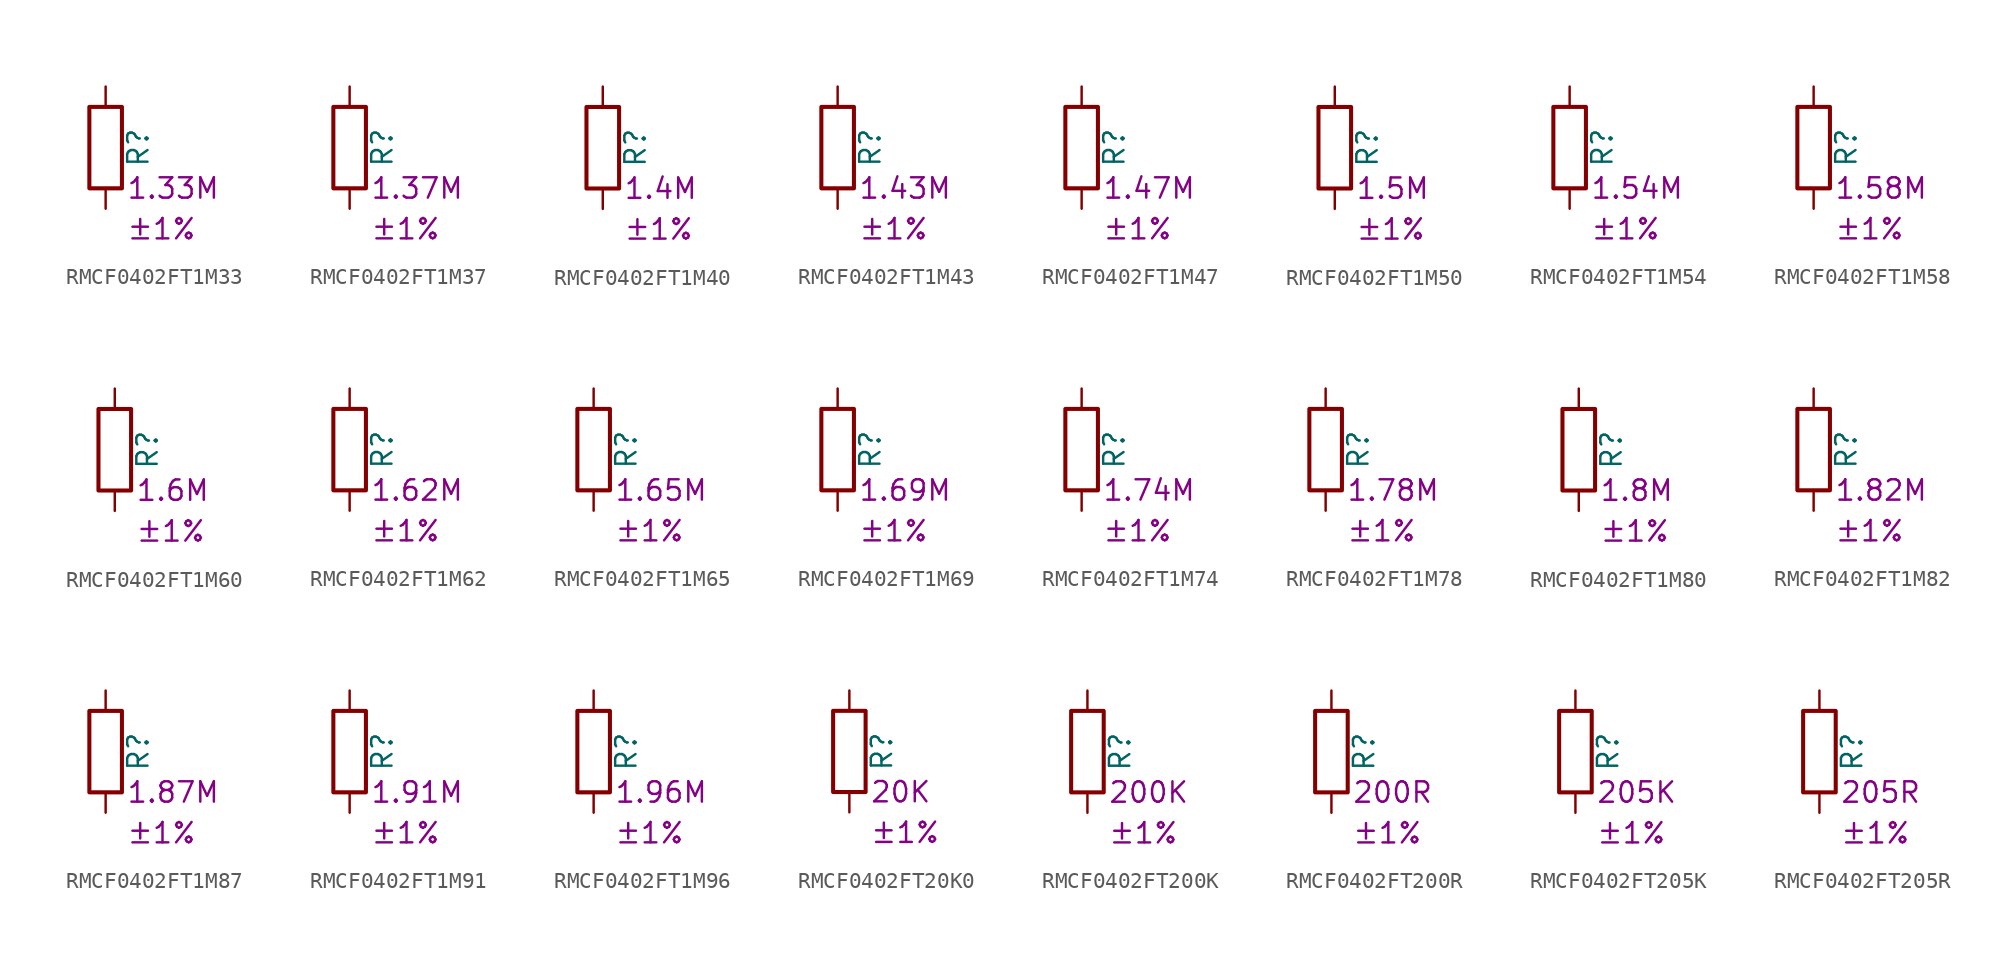
<source format=kicad_sym>
(kicad_symbol_lib
  (version 20220914)
  (generator kicad_symbol_editor)
  (symbol "RMCF0402FT1M33"
    (pin_numbers hide)
    (pin_names
      (offset 0))
    (property "Reference" "R"
      (at 2.032 0 90)
      (effects (font (size 1.27 1.27))))
    (property "Resistance" "1.33M"
      (at 1.27 -2.54 0)
      (effects (font (size 1.27 1.27)) (justify left)))
    (property "Tolerance" "±1%"
      (at 1.27 -5.08 0)
      (effects (font (size 1.27 1.27)) (justify left)))
    (symbol "RMCF0402FT1M33_0_1"
      (rectangle (start -1.016 -2.54) (end 1.016 2.54) (stroke (width 0.254) (type default)) (fill (type none))))
    (symbol "RMCF0402FT1M33_1_1"
      (pin passive line (at 0 3.81 270) (length 1.27) (name "~" (effects (font (size 1.27 1.27)))) (number "1" (effects (font (size 1.27 1.27)))))
      (pin passive line (at 0 -3.81 90) (length 1.27) (name "~" (effects (font (size 1.27 1.27)))) (number "2" (effects (font (size 1.27 1.27)))))))
  (symbol "RMCF0402FT1M37"
    (pin_numbers hide)
    (pin_names
      (offset 0))
    (property "Reference" "R"
      (at 2.032 0 90)
      (effects (font (size 1.27 1.27))))
    (property "Resistance" "1.37M"
      (at 1.27 -2.54 0)
      (effects (font (size 1.27 1.27)) (justify left)))
    (property "Tolerance" "±1%"
      (at 1.27 -5.08 0)
      (effects (font (size 1.27 1.27)) (justify left)))
    (symbol "RMCF0402FT1M37_0_1"
      (rectangle (start -1.016 -2.54) (end 1.016 2.54) (stroke (width 0.254) (type default)) (fill (type none))))
    (symbol "RMCF0402FT1M37_1_1"
      (pin passive line (at 0 3.81 270) (length 1.27) (name "~" (effects (font (size 1.27 1.27)))) (number "1" (effects (font (size 1.27 1.27)))))
      (pin passive line (at 0 -3.81 90) (length 1.27) (name "~" (effects (font (size 1.27 1.27)))) (number "2" (effects (font (size 1.27 1.27)))))))
  (symbol "RMCF0402FT1M40"
    (pin_numbers hide)
    (pin_names
      (offset 0))
    (property "Reference" "R"
      (at 2.032 0 90)
      (effects (font (size 1.27 1.27))))
    (property "Resistance" "1.4M"
      (at 1.27 -2.54 0)
      (effects (font (size 1.27 1.27)) (justify left)))
    (property "Tolerance" "±1%"
      (at 1.27 -5.08 0)
      (effects (font (size 1.27 1.27)) (justify left)))
    (symbol "RMCF0402FT1M40_0_1"
      (rectangle (start -1.016 -2.54) (end 1.016 2.54) (stroke (width 0.254) (type default)) (fill (type none))))
    (symbol "RMCF0402FT1M40_1_1"
      (pin passive line (at 0 3.81 270) (length 1.27) (name "~" (effects (font (size 1.27 1.27)))) (number "1" (effects (font (size 1.27 1.27)))))
      (pin passive line (at 0 -3.81 90) (length 1.27) (name "~" (effects (font (size 1.27 1.27)))) (number "2" (effects (font (size 1.27 1.27)))))))
  (symbol "RMCF0402FT1M43"
    (pin_numbers hide)
    (pin_names
      (offset 0))
    (property "Reference" "R"
      (at 2.032 0 90)
      (effects (font (size 1.27 1.27))))
    (property "Resistance" "1.43M"
      (at 1.27 -2.54 0)
      (effects (font (size 1.27 1.27)) (justify left)))
    (property "Tolerance" "±1%"
      (at 1.27 -5.08 0)
      (effects (font (size 1.27 1.27)) (justify left)))
    (symbol "RMCF0402FT1M43_0_1"
      (rectangle (start -1.016 -2.54) (end 1.016 2.54) (stroke (width 0.254) (type default)) (fill (type none))))
    (symbol "RMCF0402FT1M43_1_1"
      (pin passive line (at 0 3.81 270) (length 1.27) (name "~" (effects (font (size 1.27 1.27)))) (number "1" (effects (font (size 1.27 1.27)))))
      (pin passive line (at 0 -3.81 90) (length 1.27) (name "~" (effects (font (size 1.27 1.27)))) (number "2" (effects (font (size 1.27 1.27)))))))
  (symbol "RMCF0402FT1M47"
    (pin_numbers hide)
    (pin_names
      (offset 0))
    (property "Reference" "R"
      (at 2.032 0 90)
      (effects (font (size 1.27 1.27))))
    (property "Resistance" "1.47M"
      (at 1.27 -2.54 0)
      (effects (font (size 1.27 1.27)) (justify left)))
    (property "Tolerance" "±1%"
      (at 1.27 -5.08 0)
      (effects (font (size 1.27 1.27)) (justify left)))
    (symbol "RMCF0402FT1M47_0_1"
      (rectangle (start -1.016 -2.54) (end 1.016 2.54) (stroke (width 0.254) (type default)) (fill (type none))))
    (symbol "RMCF0402FT1M47_1_1"
      (pin passive line (at 0 3.81 270) (length 1.27) (name "~" (effects (font (size 1.27 1.27)))) (number "1" (effects (font (size 1.27 1.27)))))
      (pin passive line (at 0 -3.81 90) (length 1.27) (name "~" (effects (font (size 1.27 1.27)))) (number "2" (effects (font (size 1.27 1.27)))))))
  (symbol "RMCF0402FT1M50"
    (pin_numbers hide)
    (pin_names
      (offset 0))
    (property "Reference" "R"
      (at 2.032 0 90)
      (effects (font (size 1.27 1.27))))
    (property "Resistance" "1.5M"
      (at 1.27 -2.54 0)
      (effects (font (size 1.27 1.27)) (justify left)))
    (property "Tolerance" "±1%"
      (at 1.27 -5.08 0)
      (effects (font (size 1.27 1.27)) (justify left)))
    (symbol "RMCF0402FT1M50_0_1"
      (rectangle (start -1.016 -2.54) (end 1.016 2.54) (stroke (width 0.254) (type default)) (fill (type none))))
    (symbol "RMCF0402FT1M50_1_1"
      (pin passive line (at 0 3.81 270) (length 1.27) (name "~" (effects (font (size 1.27 1.27)))) (number "1" (effects (font (size 1.27 1.27)))))
      (pin passive line (at 0 -3.81 90) (length 1.27) (name "~" (effects (font (size 1.27 1.27)))) (number "2" (effects (font (size 1.27 1.27)))))))
  (symbol "RMCF0402FT1M54"
    (pin_numbers hide)
    (pin_names
      (offset 0))
    (property "Reference" "R"
      (at 2.032 0 90)
      (effects (font (size 1.27 1.27))))
    (property "Resistance" "1.54M"
      (at 1.27 -2.54 0)
      (effects (font (size 1.27 1.27)) (justify left)))
    (property "Tolerance" "±1%"
      (at 1.27 -5.08 0)
      (effects (font (size 1.27 1.27)) (justify left)))
    (symbol "RMCF0402FT1M54_0_1"
      (rectangle (start -1.016 -2.54) (end 1.016 2.54) (stroke (width 0.254) (type default)) (fill (type none))))
    (symbol "RMCF0402FT1M54_1_1"
      (pin passive line (at 0 3.81 270) (length 1.27) (name "~" (effects (font (size 1.27 1.27)))) (number "1" (effects (font (size 1.27 1.27)))))
      (pin passive line (at 0 -3.81 90) (length 1.27) (name "~" (effects (font (size 1.27 1.27)))) (number "2" (effects (font (size 1.27 1.27)))))))
  (symbol "RMCF0402FT1M58"
    (pin_numbers hide)
    (pin_names
      (offset 0))
    (property "Reference" "R"
      (at 2.032 0 90)
      (effects (font (size 1.27 1.27))))
    (property "Resistance" "1.58M"
      (at 1.27 -2.54 0)
      (effects (font (size 1.27 1.27)) (justify left)))
    (property "Tolerance" "±1%"
      (at 1.27 -5.08 0)
      (effects (font (size 1.27 1.27)) (justify left)))
    (symbol "RMCF0402FT1M58_0_1"
      (rectangle (start -1.016 -2.54) (end 1.016 2.54) (stroke (width 0.254) (type default)) (fill (type none))))
    (symbol "RMCF0402FT1M58_1_1"
      (pin passive line (at 0 3.81 270) (length 1.27) (name "~" (effects (font (size 1.27 1.27)))) (number "1" (effects (font (size 1.27 1.27)))))
      (pin passive line (at 0 -3.81 90) (length 1.27) (name "~" (effects (font (size 1.27 1.27)))) (number "2" (effects (font (size 1.27 1.27)))))))
  (symbol "RMCF0402FT1M60"
    (pin_numbers hide)
    (pin_names
      (offset 0))
    (property "Reference" "R"
      (at 2.032 0 90)
      (effects (font (size 1.27 1.27))))
    (property "Resistance" "1.6M"
      (at 1.27 -2.54 0)
      (effects (font (size 1.27 1.27)) (justify left)))
    (property "Tolerance" "±1%"
      (at 1.27 -5.08 0)
      (effects (font (size 1.27 1.27)) (justify left)))
    (symbol "RMCF0402FT1M60_0_1"
      (rectangle (start -1.016 -2.54) (end 1.016 2.54) (stroke (width 0.254) (type default)) (fill (type none))))
    (symbol "RMCF0402FT1M60_1_1"
      (pin passive line (at 0 3.81 270) (length 1.27) (name "~" (effects (font (size 1.27 1.27)))) (number "1" (effects (font (size 1.27 1.27)))))
      (pin passive line (at 0 -3.81 90) (length 1.27) (name "~" (effects (font (size 1.27 1.27)))) (number "2" (effects (font (size 1.27 1.27)))))))
  (symbol "RMCF0402FT1M62"
    (pin_numbers hide)
    (pin_names
      (offset 0))
    (property "Reference" "R"
      (at 2.032 0 90)
      (effects (font (size 1.27 1.27))))
    (property "Resistance" "1.62M"
      (at 1.27 -2.54 0)
      (effects (font (size 1.27 1.27)) (justify left)))
    (property "Tolerance" "±1%"
      (at 1.27 -5.08 0)
      (effects (font (size 1.27 1.27)) (justify left)))
    (symbol "RMCF0402FT1M62_0_1"
      (rectangle (start -1.016 -2.54) (end 1.016 2.54) (stroke (width 0.254) (type default)) (fill (type none))))
    (symbol "RMCF0402FT1M62_1_1"
      (pin passive line (at 0 3.81 270) (length 1.27) (name "~" (effects (font (size 1.27 1.27)))) (number "1" (effects (font (size 1.27 1.27)))))
      (pin passive line (at 0 -3.81 90) (length 1.27) (name "~" (effects (font (size 1.27 1.27)))) (number "2" (effects (font (size 1.27 1.27)))))))
  (symbol "RMCF0402FT1M65"
    (pin_numbers hide)
    (pin_names
      (offset 0))
    (property "Reference" "R"
      (at 2.032 0 90)
      (effects (font (size 1.27 1.27))))
    (property "Resistance" "1.65M"
      (at 1.27 -2.54 0)
      (effects (font (size 1.27 1.27)) (justify left)))
    (property "Tolerance" "±1%"
      (at 1.27 -5.08 0)
      (effects (font (size 1.27 1.27)) (justify left)))
    (symbol "RMCF0402FT1M65_0_1"
      (rectangle (start -1.016 -2.54) (end 1.016 2.54) (stroke (width 0.254) (type default)) (fill (type none))))
    (symbol "RMCF0402FT1M65_1_1"
      (pin passive line (at 0 3.81 270) (length 1.27) (name "~" (effects (font (size 1.27 1.27)))) (number "1" (effects (font (size 1.27 1.27)))))
      (pin passive line (at 0 -3.81 90) (length 1.27) (name "~" (effects (font (size 1.27 1.27)))) (number "2" (effects (font (size 1.27 1.27)))))))
  (symbol "RMCF0402FT1M69"
    (pin_numbers hide)
    (pin_names
      (offset 0))
    (property "Reference" "R"
      (at 2.032 0 90)
      (effects (font (size 1.27 1.27))))
    (property "Resistance" "1.69M"
      (at 1.27 -2.54 0)
      (effects (font (size 1.27 1.27)) (justify left)))
    (property "Tolerance" "±1%"
      (at 1.27 -5.08 0)
      (effects (font (size 1.27 1.27)) (justify left)))
    (symbol "RMCF0402FT1M69_0_1"
      (rectangle (start -1.016 -2.54) (end 1.016 2.54) (stroke (width 0.254) (type default)) (fill (type none))))
    (symbol "RMCF0402FT1M69_1_1"
      (pin passive line (at 0 3.81 270) (length 1.27) (name "~" (effects (font (size 1.27 1.27)))) (number "1" (effects (font (size 1.27 1.27)))))
      (pin passive line (at 0 -3.81 90) (length 1.27) (name "~" (effects (font (size 1.27 1.27)))) (number "2" (effects (font (size 1.27 1.27)))))))
  (symbol "RMCF0402FT1M74"
    (pin_numbers hide)
    (pin_names
      (offset 0))
    (property "Reference" "R"
      (at 2.032 0 90)
      (effects (font (size 1.27 1.27))))
    (property "Resistance" "1.74M"
      (at 1.27 -2.54 0)
      (effects (font (size 1.27 1.27)) (justify left)))
    (property "Tolerance" "±1%"
      (at 1.27 -5.08 0)
      (effects (font (size 1.27 1.27)) (justify left)))
    (symbol "RMCF0402FT1M74_0_1"
      (rectangle (start -1.016 -2.54) (end 1.016 2.54) (stroke (width 0.254) (type default)) (fill (type none))))
    (symbol "RMCF0402FT1M74_1_1"
      (pin passive line (at 0 3.81 270) (length 1.27) (name "~" (effects (font (size 1.27 1.27)))) (number "1" (effects (font (size 1.27 1.27)))))
      (pin passive line (at 0 -3.81 90) (length 1.27) (name "~" (effects (font (size 1.27 1.27)))) (number "2" (effects (font (size 1.27 1.27)))))))
  (symbol "RMCF0402FT1M78"
    (pin_numbers hide)
    (pin_names
      (offset 0))
    (property "Reference" "R"
      (at 2.032 0 90)
      (effects (font (size 1.27 1.27))))
    (property "Resistance" "1.78M"
      (at 1.27 -2.54 0)
      (effects (font (size 1.27 1.27)) (justify left)))
    (property "Tolerance" "±1%"
      (at 1.27 -5.08 0)
      (effects (font (size 1.27 1.27)) (justify left)))
    (symbol "RMCF0402FT1M78_0_1"
      (rectangle (start -1.016 -2.54) (end 1.016 2.54) (stroke (width 0.254) (type default)) (fill (type none))))
    (symbol "RMCF0402FT1M78_1_1"
      (pin passive line (at 0 3.81 270) (length 1.27) (name "~" (effects (font (size 1.27 1.27)))) (number "1" (effects (font (size 1.27 1.27)))))
      (pin passive line (at 0 -3.81 90) (length 1.27) (name "~" (effects (font (size 1.27 1.27)))) (number "2" (effects (font (size 1.27 1.27)))))))
  (symbol "RMCF0402FT1M80"
    (pin_numbers hide)
    (pin_names
      (offset 0))
    (property "Reference" "R"
      (at 2.032 0 90)
      (effects (font (size 1.27 1.27))))
    (property "Resistance" "1.8M"
      (at 1.27 -2.54 0)
      (effects (font (size 1.27 1.27)) (justify left)))
    (property "Tolerance" "±1%"
      (at 1.27 -5.08 0)
      (effects (font (size 1.27 1.27)) (justify left)))
    (symbol "RMCF0402FT1M80_0_1"
      (rectangle (start -1.016 -2.54) (end 1.016 2.54) (stroke (width 0.254) (type default)) (fill (type none))))
    (symbol "RMCF0402FT1M80_1_1"
      (pin passive line (at 0 3.81 270) (length 1.27) (name "~" (effects (font (size 1.27 1.27)))) (number "1" (effects (font (size 1.27 1.27)))))
      (pin passive line (at 0 -3.81 90) (length 1.27) (name "~" (effects (font (size 1.27 1.27)))) (number "2" (effects (font (size 1.27 1.27)))))))
  (symbol "RMCF0402FT1M82"
    (pin_numbers hide)
    (pin_names
      (offset 0))
    (property "Reference" "R"
      (at 2.032 0 90)
      (effects (font (size 1.27 1.27))))
    (property "Resistance" "1.82M"
      (at 1.27 -2.54 0)
      (effects (font (size 1.27 1.27)) (justify left)))
    (property "Tolerance" "±1%"
      (at 1.27 -5.08 0)
      (effects (font (size 1.27 1.27)) (justify left)))
    (symbol "RMCF0402FT1M82_0_1"
      (rectangle (start -1.016 -2.54) (end 1.016 2.54) (stroke (width 0.254) (type default)) (fill (type none))))
    (symbol "RMCF0402FT1M82_1_1"
      (pin passive line (at 0 3.81 270) (length 1.27) (name "~" (effects (font (size 1.27 1.27)))) (number "1" (effects (font (size 1.27 1.27)))))
      (pin passive line (at 0 -3.81 90) (length 1.27) (name "~" (effects (font (size 1.27 1.27)))) (number "2" (effects (font (size 1.27 1.27)))))))
  (symbol "RMCF0402FT1M87"
    (pin_numbers hide)
    (pin_names
      (offset 0))
    (property "Reference" "R"
      (at 2.032 0 90)
      (effects (font (size 1.27 1.27))))
    (property "Resistance" "1.87M"
      (at 1.27 -2.54 0)
      (effects (font (size 1.27 1.27)) (justify left)))
    (property "Tolerance" "±1%"
      (at 1.27 -5.08 0)
      (effects (font (size 1.27 1.27)) (justify left)))
    (symbol "RMCF0402FT1M87_0_1"
      (rectangle (start -1.016 -2.54) (end 1.016 2.54) (stroke (width 0.254) (type default)) (fill (type none))))
    (symbol "RMCF0402FT1M87_1_1"
      (pin passive line (at 0 3.81 270) (length 1.27) (name "~" (effects (font (size 1.27 1.27)))) (number "1" (effects (font (size 1.27 1.27)))))
      (pin passive line (at 0 -3.81 90) (length 1.27) (name "~" (effects (font (size 1.27 1.27)))) (number "2" (effects (font (size 1.27 1.27)))))))
  (symbol "RMCF0402FT1M91"
    (pin_numbers hide)
    (pin_names
      (offset 0))
    (property "Reference" "R"
      (at 2.032 0 90)
      (effects (font (size 1.27 1.27))))
    (property "Resistance" "1.91M"
      (at 1.27 -2.54 0)
      (effects (font (size 1.27 1.27)) (justify left)))
    (property "Tolerance" "±1%"
      (at 1.27 -5.08 0)
      (effects (font (size 1.27 1.27)) (justify left)))
    (symbol "RMCF0402FT1M91_0_1"
      (rectangle (start -1.016 -2.54) (end 1.016 2.54) (stroke (width 0.254) (type default)) (fill (type none))))
    (symbol "RMCF0402FT1M91_1_1"
      (pin passive line (at 0 3.81 270) (length 1.27) (name "~" (effects (font (size 1.27 1.27)))) (number "1" (effects (font (size 1.27 1.27)))))
      (pin passive line (at 0 -3.81 90) (length 1.27) (name "~" (effects (font (size 1.27 1.27)))) (number "2" (effects (font (size 1.27 1.27)))))))
  (symbol "RMCF0402FT1M96"
    (pin_numbers hide)
    (pin_names
      (offset 0))
    (property "Reference" "R"
      (at 2.032 0 90)
      (effects (font (size 1.27 1.27))))
    (property "Resistance" "1.96M"
      (at 1.27 -2.54 0)
      (effects (font (size 1.27 1.27)) (justify left)))
    (property "Tolerance" "±1%"
      (at 1.27 -5.08 0)
      (effects (font (size 1.27 1.27)) (justify left)))
    (symbol "RMCF0402FT1M96_0_1"
      (rectangle (start -1.016 -2.54) (end 1.016 2.54) (stroke (width 0.254) (type default)) (fill (type none))))
    (symbol "RMCF0402FT1M96_1_1"
      (pin passive line (at 0 3.81 270) (length 1.27) (name "~" (effects (font (size 1.27 1.27)))) (number "1" (effects (font (size 1.27 1.27)))))
      (pin passive line (at 0 -3.81 90) (length 1.27) (name "~" (effects (font (size 1.27 1.27)))) (number "2" (effects (font (size 1.27 1.27)))))))
  (symbol "RMCF0402FT20K0"
    (pin_numbers hide)
    (pin_names
      (offset 0))
    (property "Reference" "R"
      (at 2.032 0 90)
      (effects (font (size 1.27 1.27))))
    (property "Resistance" "20K"
      (at 1.27 -2.54 0)
      (effects (font (size 1.27 1.27)) (justify left)))
    (property "Tolerance" "±1%"
      (at 1.27 -5.08 0)
      (effects (font (size 1.27 1.27)) (justify left)))
    (symbol "RMCF0402FT20K0_0_1"
      (rectangle (start -1.016 -2.54) (end 1.016 2.54) (stroke (width 0.254) (type default)) (fill (type none))))
    (symbol "RMCF0402FT20K0_1_1"
      (pin passive line (at 0 3.81 270) (length 1.27) (name "~" (effects (font (size 1.27 1.27)))) (number "1" (effects (font (size 1.27 1.27)))))
      (pin passive line (at 0 -3.81 90) (length 1.27) (name "~" (effects (font (size 1.27 1.27)))) (number "2" (effects (font (size 1.27 1.27)))))))
  (symbol "RMCF0402FT200K"
    (pin_numbers hide)
    (pin_names
      (offset 0))
    (property "Reference" "R"
      (at 2.032 0 90)
      (effects (font (size 1.27 1.27))))
    (property "Resistance" "200K"
      (at 1.27 -2.54 0)
      (effects (font (size 1.27 1.27)) (justify left)))
    (property "Tolerance" "±1%"
      (at 1.27 -5.08 0)
      (effects (font (size 1.27 1.27)) (justify left)))
    (symbol "RMCF0402FT200K_0_1"
      (rectangle (start -1.016 -2.54) (end 1.016 2.54) (stroke (width 0.254) (type default)) (fill (type none))))
    (symbol "RMCF0402FT200K_1_1"
      (pin passive line (at 0 3.81 270) (length 1.27) (name "~" (effects (font (size 1.27 1.27)))) (number "1" (effects (font (size 1.27 1.27)))))
      (pin passive line (at 0 -3.81 90) (length 1.27) (name "~" (effects (font (size 1.27 1.27)))) (number "2" (effects (font (size 1.27 1.27)))))))
  (symbol "RMCF0402FT200R"
    (pin_numbers hide)
    (pin_names
      (offset 0))
    (property "Reference" "R"
      (at 2.032 0 90)
      (effects (font (size 1.27 1.27))))
    (property "Resistance" "200R"
      (at 1.27 -2.54 0)
      (effects (font (size 1.27 1.27)) (justify left)))
    (property "Tolerance" "±1%"
      (at 1.27 -5.08 0)
      (effects (font (size 1.27 1.27)) (justify left)))
    (symbol "RMCF0402FT200R_0_1"
      (rectangle (start -1.016 -2.54) (end 1.016 2.54) (stroke (width 0.254) (type default)) (fill (type none))))
    (symbol "RMCF0402FT200R_1_1"
      (pin passive line (at 0 3.81 270) (length 1.27) (name "~" (effects (font (size 1.27 1.27)))) (number "1" (effects (font (size 1.27 1.27)))))
      (pin passive line (at 0 -3.81 90) (length 1.27) (name "~" (effects (font (size 1.27 1.27)))) (number "2" (effects (font (size 1.27 1.27)))))))
  (symbol "RMCF0402FT205K"
    (pin_numbers hide)
    (pin_names
      (offset 0))
    (property "Reference" "R"
      (at 2.032 0 90)
      (effects (font (size 1.27 1.27))))
    (property "Resistance" "205K"
      (at 1.27 -2.54 0)
      (effects (font (size 1.27 1.27)) (justify left)))
    (property "Tolerance" "±1%"
      (at 1.27 -5.08 0)
      (effects (font (size 1.27 1.27)) (justify left)))
    (symbol "RMCF0402FT205K_0_1"
      (rectangle (start -1.016 -2.54) (end 1.016 2.54) (stroke (width 0.254) (type default)) (fill (type none))))
    (symbol "RMCF0402FT205K_1_1"
      (pin passive line (at 0 3.81 270) (length 1.27) (name "~" (effects (font (size 1.27 1.27)))) (number "1" (effects (font (size 1.27 1.27)))))
      (pin passive line (at 0 -3.81 90) (length 1.27) (name "~" (effects (font (size 1.27 1.27)))) (number "2" (effects (font (size 1.27 1.27)))))))
  (symbol "RMCF0402FT205R"
    (pin_numbers hide)
    (pin_names
      (offset 0))
    (property "Reference" "R"
      (at 2.032 0 90)
      (effects (font (size 1.27 1.27))))
    (property "Resistance" "205R"
      (at 1.27 -2.54 0)
      (effects (font (size 1.27 1.27)) (justify left)))
    (property "Tolerance" "±1%"
      (at 1.27 -5.08 0)
      (effects (font (size 1.27 1.27)) (justify left)))
    (symbol "RMCF0402FT205R_0_1"
      (rectangle (start -1.016 -2.54) (end 1.016 2.54) (stroke (width 0.254) (type default)) (fill (type none))))
    (symbol "RMCF0402FT205R_1_1"
      (pin passive line (at 0 3.81 270) (length 1.27) (name "~" (effects (font (size 1.27 1.27)))) (number "1" (effects (font (size 1.27 1.27)))))
      (pin passive line (at 0 -3.81 90) (length 1.27) (name "~" (effects (font (size 1.27 1.27)))) (number "2" (effects (font (size 1.27 1.27))))))))
</source>
